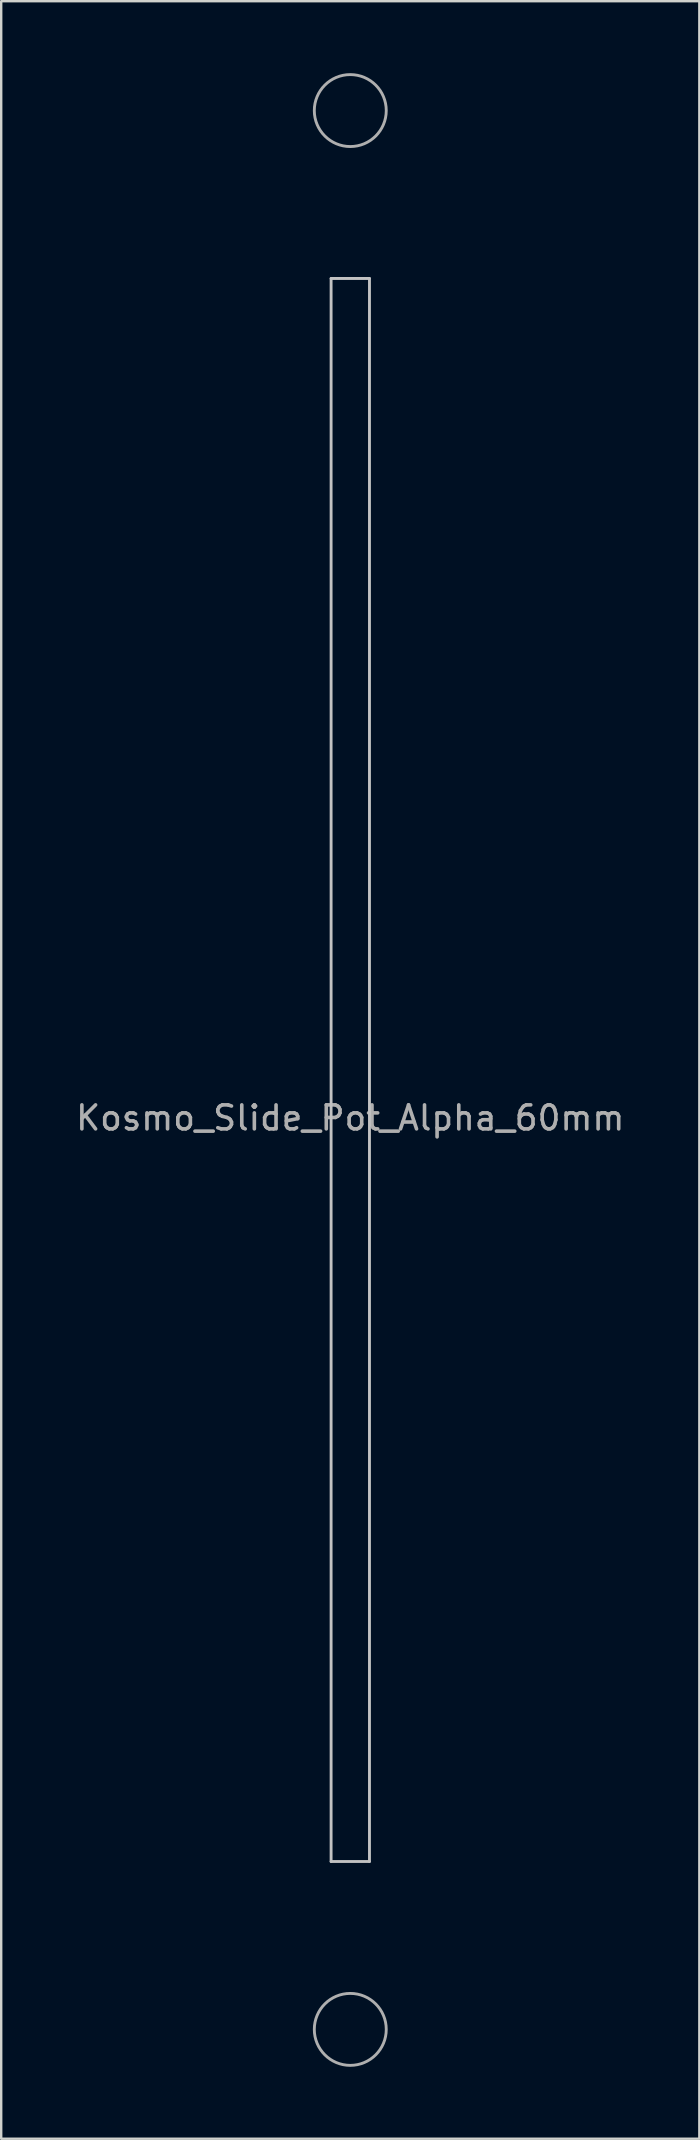
<source format=kicad_pcb>
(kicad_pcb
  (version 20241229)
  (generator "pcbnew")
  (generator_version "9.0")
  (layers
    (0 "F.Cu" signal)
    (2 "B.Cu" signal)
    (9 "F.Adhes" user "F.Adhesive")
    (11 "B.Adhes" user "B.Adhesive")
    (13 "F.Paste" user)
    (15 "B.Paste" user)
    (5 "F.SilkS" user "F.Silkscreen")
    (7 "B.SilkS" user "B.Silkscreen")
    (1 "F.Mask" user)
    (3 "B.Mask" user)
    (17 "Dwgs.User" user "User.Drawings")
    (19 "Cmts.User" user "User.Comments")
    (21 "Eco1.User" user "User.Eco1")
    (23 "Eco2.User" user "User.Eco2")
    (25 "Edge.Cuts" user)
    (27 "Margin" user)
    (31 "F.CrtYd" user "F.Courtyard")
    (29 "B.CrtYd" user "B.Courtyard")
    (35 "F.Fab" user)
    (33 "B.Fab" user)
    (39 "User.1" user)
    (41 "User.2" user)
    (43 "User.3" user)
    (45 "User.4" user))
  (footprint "Kosmo_Slide_Pot_Alpha_60mm"
    (layer "F.Cu")
    (at 11.554 41.56)
    (property "Reference" "Kosmo_Slide_Pot_Alpha_60mm" (at 0 2 0) (layer "F.Fab") (effects (font (size 1 1) (thickness 0.15))))
    (attr through_hole)
    (fp_line (start -0.8 -33) (end 0.8 -33) (stroke (width 0.12) (type solid)) (layer "Dwgs.User"))
    (fp_line (start -0.8 33) (end -0.8 -33) (stroke (width 0.12) (type solid)) (layer "Dwgs.User"))
    (fp_line (start 0.8 -33) (end 0.8 33) (stroke (width 0.12) (type solid)) (layer "Dwgs.User"))
    (fp_line (start 0.8 33) (end -0.8 33) (stroke (width 0.12) (type solid)) (layer "Dwgs.User"))
    (fp_circle (center 0 -40) (end 1.5 -40) (stroke (width 0.12) (type solid)) (fill no) (layer "F.Fab"))
    (fp_circle (center 0 40) (end 1.5 40) (stroke (width 0.12) (type solid)) (fill no) (layer "F.Fab")))
  (gr_rect
    (start -3 -3)
    (end 26.107 86.12)
    (stroke (width 0.1) (type default))
    (fill no)
    (layer "Edge.Cuts")))
</source>
